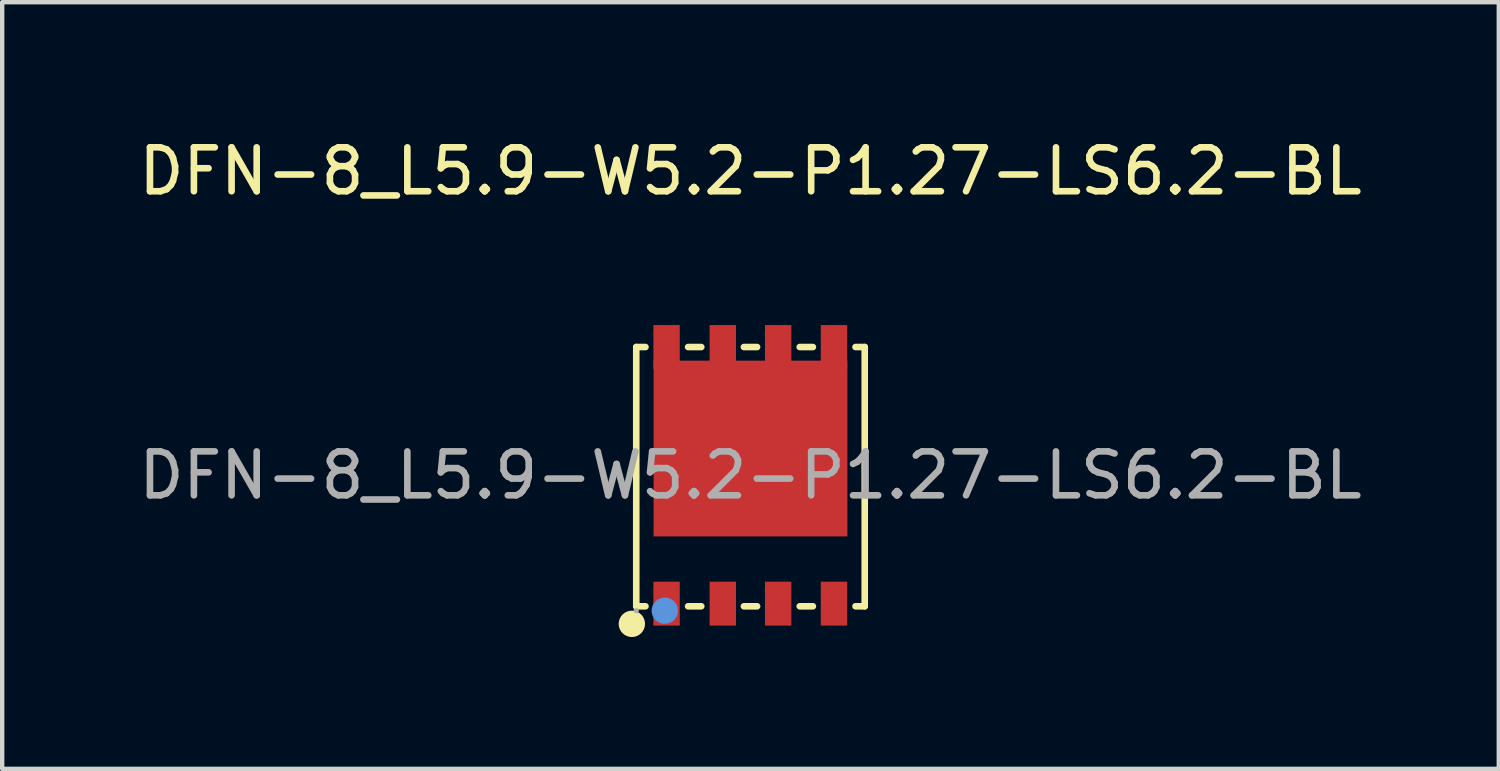
<source format=kicad_pcb>
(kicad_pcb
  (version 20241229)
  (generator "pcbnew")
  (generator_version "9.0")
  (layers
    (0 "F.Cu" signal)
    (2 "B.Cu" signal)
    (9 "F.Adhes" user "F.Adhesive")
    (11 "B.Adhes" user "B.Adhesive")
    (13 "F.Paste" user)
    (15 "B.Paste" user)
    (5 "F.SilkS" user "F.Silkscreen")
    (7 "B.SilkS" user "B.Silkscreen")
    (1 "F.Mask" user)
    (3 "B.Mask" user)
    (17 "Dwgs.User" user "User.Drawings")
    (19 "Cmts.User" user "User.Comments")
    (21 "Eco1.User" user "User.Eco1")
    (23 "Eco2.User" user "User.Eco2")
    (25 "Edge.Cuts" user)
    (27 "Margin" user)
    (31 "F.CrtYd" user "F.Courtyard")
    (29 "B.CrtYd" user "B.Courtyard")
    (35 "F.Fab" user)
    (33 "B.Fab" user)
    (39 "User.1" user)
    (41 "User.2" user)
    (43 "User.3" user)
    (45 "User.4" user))
  (footprint "DFN-8_L5.9-W5.2-P1.27-LS6.2-BL"
    (layer "F.Cu")
    (at 14.03 7.768)
    (property "Reference" "DFN-8_L5.9-W5.2-P1.27-LS6.2-BL" (at 0 -6.92 0) (layer "F.SilkS") (effects (font (size 1 1) (thickness 0.15))))
    (attr smd)
    (fp_line (start -2.6 -2.92) (end -2.39 -2.92) (stroke (width 0.15) (type solid)) (layer "F.SilkS"))
    (fp_line (start -2.6 2.98) (end -2.6 -2.92) (stroke (width 0.15) (type solid)) (layer "F.SilkS"))
    (fp_line (start -2.39 2.98) (end -2.6 2.98) (stroke (width 0.15) (type solid)) (layer "F.SilkS"))
    (fp_line (start -1.42 -2.92) (end -1.12 -2.92) (stroke (width 0.15) (type solid)) (layer "F.SilkS"))
    (fp_line (start -1.12 2.98) (end -1.42 2.98) (stroke (width 0.15) (type solid)) (layer "F.SilkS"))
    (fp_line (start -0.15 -2.92) (end 0.15 -2.92) (stroke (width 0.15) (type solid)) (layer "F.SilkS"))
    (fp_line (start 0.15 2.98) (end -0.15 2.98) (stroke (width 0.15) (type solid)) (layer "F.SilkS"))
    (fp_line (start 1.12 -2.92) (end 1.42 -2.92) (stroke (width 0.15) (type solid)) (layer "F.SilkS"))
    (fp_line (start 1.42 2.98) (end 1.12 2.98) (stroke (width 0.15) (type solid)) (layer "F.SilkS"))
    (fp_line (start 2.39 -2.92) (end 2.6 -2.92) (stroke (width 0.15) (type solid)) (layer "F.SilkS"))
    (fp_line (start 2.6 -2.92) (end 2.6 2.98) (stroke (width 0.15) (type solid)) (layer "F.SilkS"))
    (fp_line (start 2.6 2.98) (end 2.39 2.98) (stroke (width 0.15) (type solid)) (layer "F.SilkS"))
    (fp_circle (center -2.7 3.38) (end -2.55 3.38) (stroke (width 0.3) (type solid)) (fill no) (layer "F.SilkS"))
    (fp_circle (center -1.95 3.08) (end -1.8 3.08) (stroke (width 0.3) (type solid)) (fill no) (layer "Cmts.User"))
    (fp_circle (center -2.6 3.08) (end -2.57 3.08) (stroke (width 0.06) (type solid)) (fill no) (layer "F.Fab"))
    (fp_text user "${REFERENCE}" (at 0 0 0) (layer "F.Fab") (effects (font (size 1 1) (thickness 0.15))))
    (pad "1" smd rect (at -1.91 2.92) (size 0.6 1) (layers "F.Cu" "F.Mask" "F.Paste"))
    (pad "2" smd rect (at -0.63 2.92) (size 0.6 1) (layers "F.Cu" "F.Mask" "F.Paste"))
    (pad "3" smd rect (at 0.63 2.92) (size 0.6 1) (layers "F.Cu" "F.Mask" "F.Paste"))
    (pad "4" smd rect (at 1.9 2.92) (size 0.6 1) (layers "F.Cu" "F.Mask" "F.Paste"))
    (pad "5" smd rect (at 1.9 -2.92) (size 0.6 1) (layers "F.Cu" "F.Mask" "F.Paste"))
    (pad "6" smd rect (at 0.63 -2.92) (size 0.6 1) (layers "F.Cu" "F.Mask" "F.Paste"))
    (pad "7" smd rect (at -0.63 -2.92) (size 0.6 1) (layers "F.Cu" "F.Mask" "F.Paste"))
    (pad "8" smd rect (at -1.91 -2.92) (size 0.6 1) (layers "F.Cu" "F.Mask" "F.Paste"))
    (pad "9" smd rect (at 0 -0.61) (size 4.41 4) (layers "F.Cu" "F.Mask" "F.Paste")))
  (gr_rect
    (start -3 -3)
    (end 31.06 14.448)
    (stroke (width 0.1) (type default))
    (fill no)
    (layer "Edge.Cuts")))
</source>
